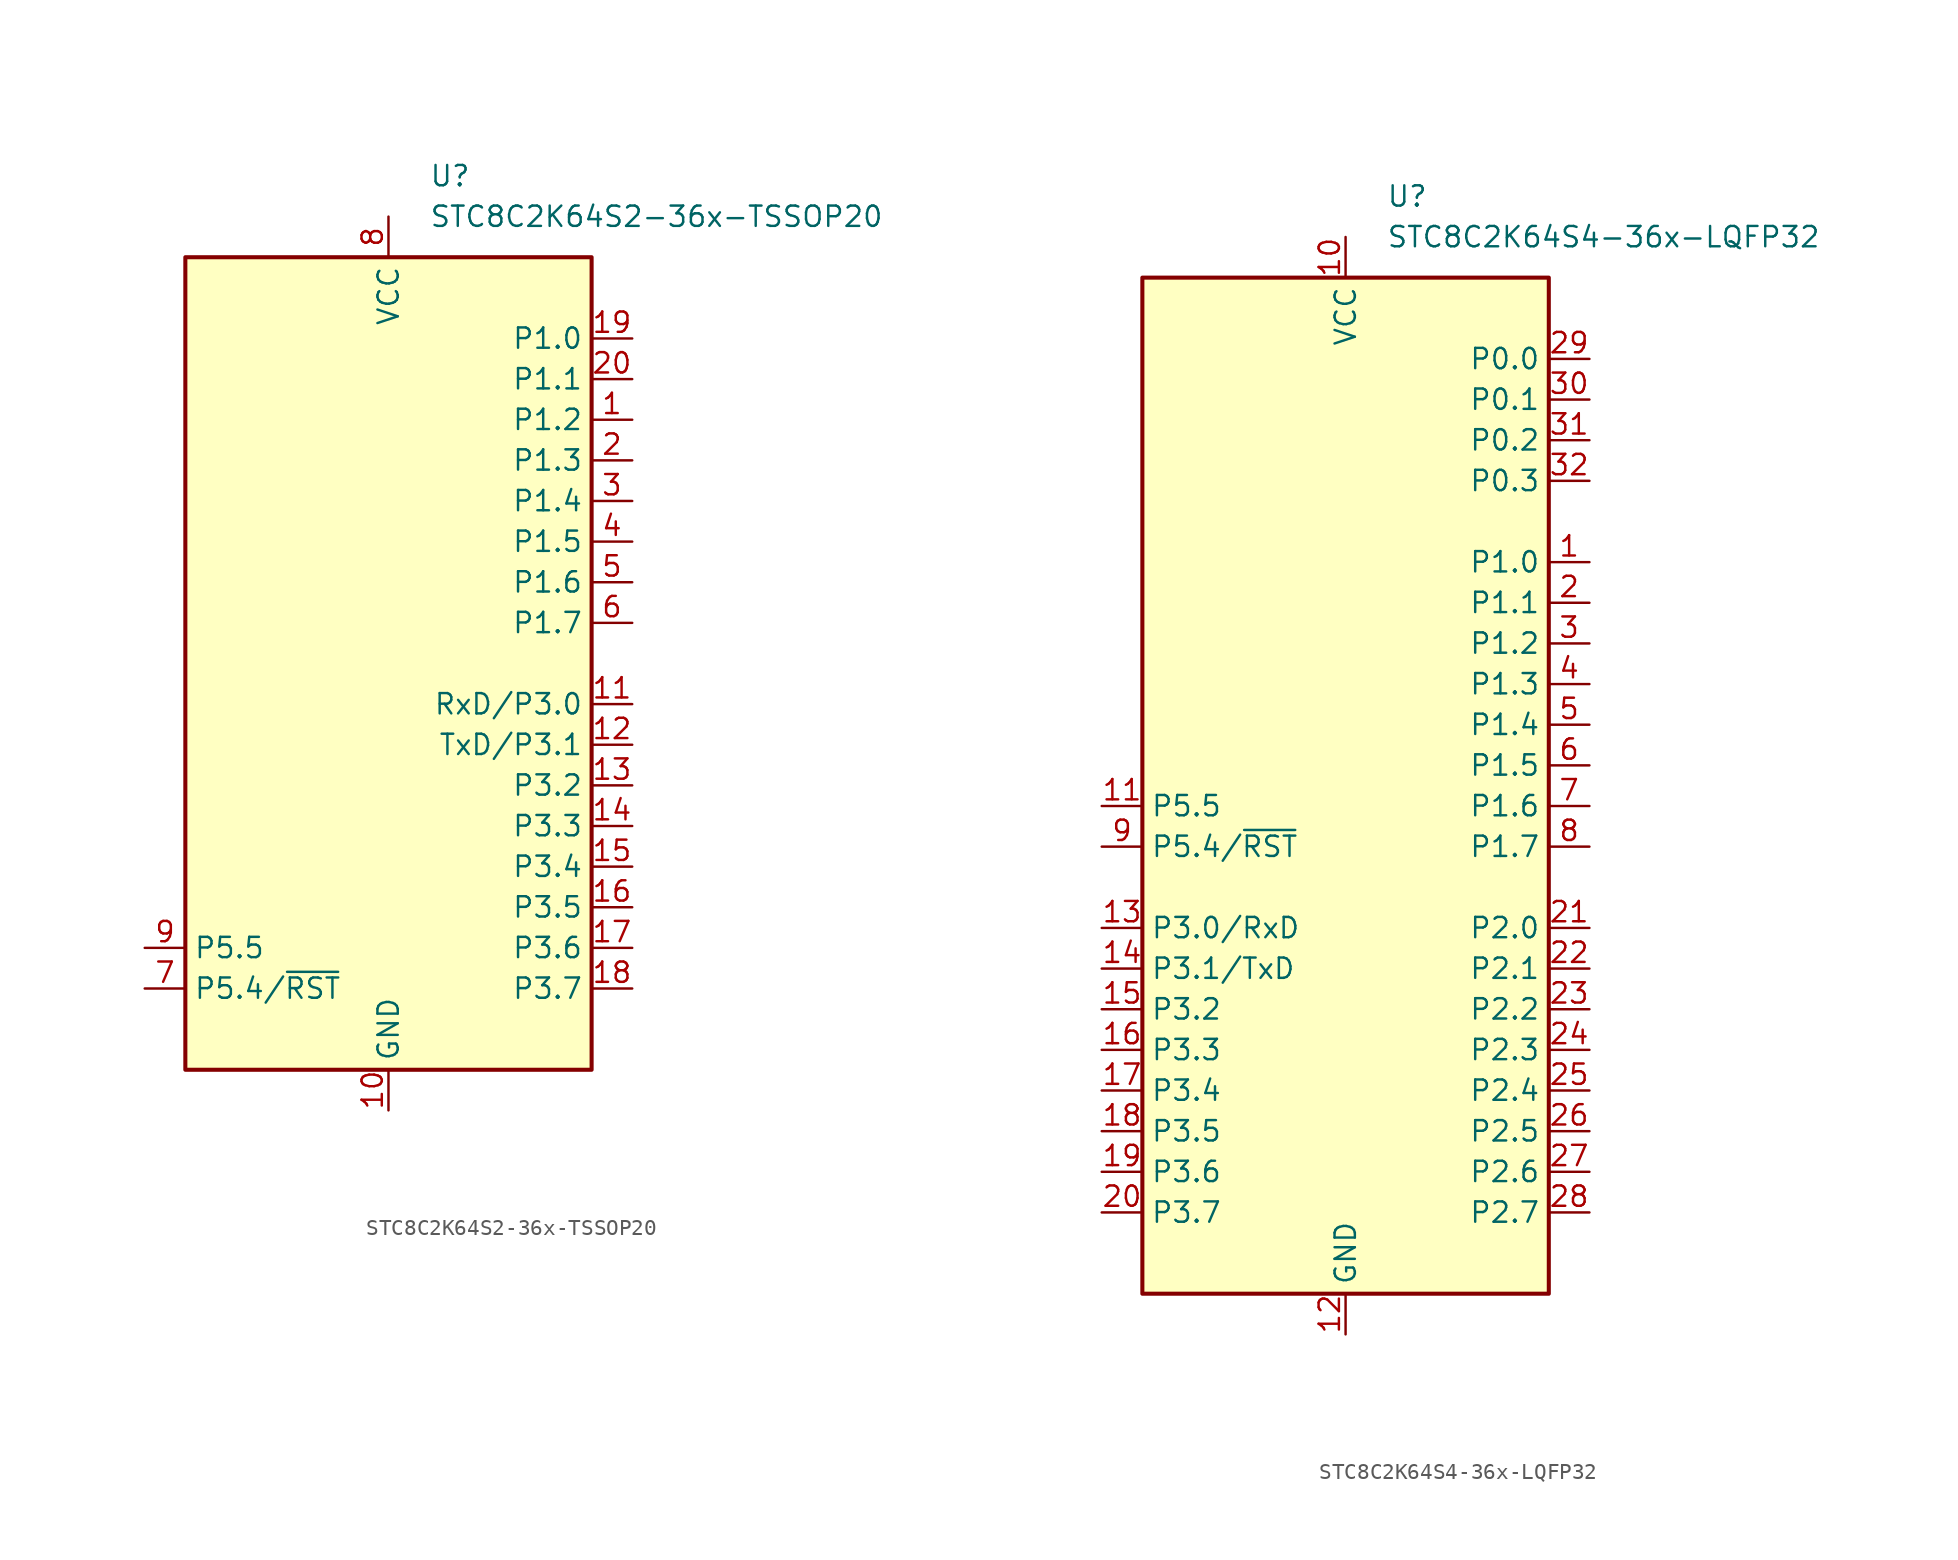
<source format=kicad_sym>
(kicad_symbol_lib
  (version 20211014)
  (generator kicad_symbol_editor)
  (symbol "STC8C2K64S2-36x-TSSOP20"
    (property "Reference" "U"
      (at 2.54 30.48 0)
      (effects (font (size 1.27 1.27)) (justify left)))
    (property "Value" "STC8C2K64S2-36x-TSSOP20"
      (at 2.54 27.94 0)
      (effects (font (size 1.27 1.27)) (justify left)))
    (symbol "STC8C2K64S2-36x-TSSOP20_0_1"
      (rectangle (start -12.7 25.4) (end 12.7 -25.4) (stroke (width 0.254) (type default) (color 0 0 0 0)) (fill (type background))))
    (symbol "STC8C2K64S2-36x-TSSOP20_1_1"
      (pin bidirectional line (at 15.24 15.24 180) (length 2.54) (name "P1.2" (effects (font (size 1.27 1.27)))) (number "1" (effects (font (size 1.27 1.27)))))
      (pin power_in line (at 0 -27.94 90) (length 2.54) (name "GND" (effects (font (size 1.27 1.27)))) (number "10" (effects (font (size 1.27 1.27)))))
      (pin bidirectional line (at 15.24 -2.54 180) (length 2.54) (name "RxD/P3.0" (effects (font (size 1.27 1.27)))) (number "11" (effects (font (size 1.27 1.27)))))
      (pin bidirectional line (at 15.24 -5.08 180) (length 2.54) (name "TxD/P3.1" (effects (font (size 1.27 1.27)))) (number "12" (effects (font (size 1.27 1.27)))))
      (pin bidirectional line (at 15.24 -7.62 180) (length 2.54) (name "P3.2" (effects (font (size 1.27 1.27)))) (number "13" (effects (font (size 1.27 1.27)))))
      (pin bidirectional line (at 15.24 -10.16 180) (length 2.54) (name "P3.3" (effects (font (size 1.27 1.27)))) (number "14" (effects (font (size 1.27 1.27)))))
      (pin bidirectional line (at 15.24 -12.7 180) (length 2.54) (name "P3.4" (effects (font (size 1.27 1.27)))) (number "15" (effects (font (size 1.27 1.27)))))
      (pin bidirectional line (at 15.24 -15.24 180) (length 2.54) (name "P3.5" (effects (font (size 1.27 1.27)))) (number "16" (effects (font (size 1.27 1.27)))))
      (pin bidirectional line (at 15.24 -17.78 180) (length 2.54) (name "P3.6" (effects (font (size 1.27 1.27)))) (number "17" (effects (font (size 1.27 1.27)))))
      (pin bidirectional line (at 15.24 -20.32 180) (length 2.54) (name "P3.7" (effects (font (size 1.27 1.27)))) (number "18" (effects (font (size 1.27 1.27)))))
      (pin bidirectional line (at 15.24 20.32 180) (length 2.54) (name "P1.0" (effects (font (size 1.27 1.27)))) (number "19" (effects (font (size 1.27 1.27)))))
      (pin bidirectional line (at 15.24 12.7 180) (length 2.54) (name "P1.3" (effects (font (size 1.27 1.27)))) (number "2" (effects (font (size 1.27 1.27)))))
      (pin bidirectional line (at 15.24 17.78 180) (length 2.54) (name "P1.1" (effects (font (size 1.27 1.27)))) (number "20" (effects (font (size 1.27 1.27)))))
      (pin bidirectional line (at 15.24 10.16 180) (length 2.54) (name "P1.4" (effects (font (size 1.27 1.27)))) (number "3" (effects (font (size 1.27 1.27)))))
      (pin bidirectional line (at 15.24 7.62 180) (length 2.54) (name "P1.5" (effects (font (size 1.27 1.27)))) (number "4" (effects (font (size 1.27 1.27)))))
      (pin bidirectional line (at 15.24 5.08 180) (length 2.54) (name "P1.6" (effects (font (size 1.27 1.27)))) (number "5" (effects (font (size 1.27 1.27)))))
      (pin bidirectional line (at 15.24 2.54 180) (length 2.54) (name "P1.7" (effects (font (size 1.27 1.27)))) (number "6" (effects (font (size 1.27 1.27)))))
      (pin bidirectional line (at -15.24 -20.32 0) (length 2.54) (name "P5.4/~{RST}" (effects (font (size 1.27 1.27)))) (number "7" (effects (font (size 1.27 1.27)))))
      (pin power_in line (at 0 27.94 270) (length 2.54) (name "VCC" (effects (font (size 1.27 1.27)))) (number "8" (effects (font (size 1.27 1.27)))))
      (pin bidirectional line (at -15.24 -17.78 0) (length 2.54) (name "P5.5" (effects (font (size 1.27 1.27)))) (number "9" (effects (font (size 1.27 1.27)))))))
  (symbol "STC8C2K64S4-36x-LQFP32"
    (property "Reference" "U"
      (at 2.54 36.83 0)
      (effects (font (size 1.27 1.27)) (justify left)))
    (property "Value" "STC8C2K64S4-36x-LQFP32"
      (at 2.54 34.29 0)
      (effects (font (size 1.27 1.27)) (justify left)))
    (symbol "STC8C2K64S4-36x-LQFP32_0_1"
      (rectangle (start -12.7 31.75) (end 12.7 -31.75) (stroke (width 0.254) (type default) (color 0 0 0 0)) (fill (type background))))
    (symbol "STC8C2K64S4-36x-LQFP32_1_1"
      (pin bidirectional line (at 15.24 13.97 180) (length 2.54) (name "P1.0" (effects (font (size 1.27 1.27)))) (number "1" (effects (font (size 1.27 1.27)))))
      (pin power_in line (at 0 34.29 270) (length 2.54) (name "VCC" (effects (font (size 1.27 1.27)))) (number "10" (effects (font (size 1.27 1.27)))))
      (pin bidirectional line (at -15.24 -1.27 0) (length 2.54) (name "P5.5" (effects (font (size 1.27 1.27)))) (number "11" (effects (font (size 1.27 1.27)))))
      (pin power_in line (at 0 -34.29 90) (length 2.54) (name "GND" (effects (font (size 1.27 1.27)))) (number "12" (effects (font (size 1.27 1.27)))))
      (pin bidirectional line (at -15.24 -8.89 0) (length 2.54) (name "P3.0/RxD" (effects (font (size 1.27 1.27)))) (number "13" (effects (font (size 1.27 1.27)))))
      (pin bidirectional line (at -15.24 -11.43 0) (length 2.54) (name "P3.1/TxD" (effects (font (size 1.27 1.27)))) (number "14" (effects (font (size 1.27 1.27)))))
      (pin bidirectional line (at -15.24 -13.97 0) (length 2.54) (name "P3.2" (effects (font (size 1.27 1.27)))) (number "15" (effects (font (size 1.27 1.27)))))
      (pin bidirectional line (at -15.24 -16.51 0) (length 2.54) (name "P3.3" (effects (font (size 1.27 1.27)))) (number "16" (effects (font (size 1.27 1.27)))))
      (pin bidirectional line (at -15.24 -19.05 0) (length 2.54) (name "P3.4" (effects (font (size 1.27 1.27)))) (number "17" (effects (font (size 1.27 1.27)))))
      (pin bidirectional line (at -15.24 -21.59 0) (length 2.54) (name "P3.5" (effects (font (size 1.27 1.27)))) (number "18" (effects (font (size 1.27 1.27)))))
      (pin bidirectional line (at -15.24 -24.13 0) (length 2.54) (name "P3.6" (effects (font (size 1.27 1.27)))) (number "19" (effects (font (size 1.27 1.27)))))
      (pin bidirectional line (at 15.24 11.43 180) (length 2.54) (name "P1.1" (effects (font (size 1.27 1.27)))) (number "2" (effects (font (size 1.27 1.27)))))
      (pin bidirectional line (at -15.24 -26.67 0) (length 2.54) (name "P3.7" (effects (font (size 1.27 1.27)))) (number "20" (effects (font (size 1.27 1.27)))))
      (pin bidirectional line (at 15.24 -8.89 180) (length 2.54) (name "P2.0" (effects (font (size 1.27 1.27)))) (number "21" (effects (font (size 1.27 1.27)))))
      (pin bidirectional line (at 15.24 -11.43 180) (length 2.54) (name "P2.1" (effects (font (size 1.27 1.27)))) (number "22" (effects (font (size 1.27 1.27)))))
      (pin bidirectional line (at 15.24 -13.97 180) (length 2.54) (name "P2.2" (effects (font (size 1.27 1.27)))) (number "23" (effects (font (size 1.27 1.27)))))
      (pin bidirectional line (at 15.24 -16.51 180) (length 2.54) (name "P2.3" (effects (font (size 1.27 1.27)))) (number "24" (effects (font (size 1.27 1.27)))))
      (pin bidirectional line (at 15.24 -19.05 180) (length 2.54) (name "P2.4" (effects (font (size 1.27 1.27)))) (number "25" (effects (font (size 1.27 1.27)))))
      (pin bidirectional line (at 15.24 -21.59 180) (length 2.54) (name "P2.5" (effects (font (size 1.27 1.27)))) (number "26" (effects (font (size 1.27 1.27)))))
      (pin bidirectional line (at 15.24 -24.13 180) (length 2.54) (name "P2.6" (effects (font (size 1.27 1.27)))) (number "27" (effects (font (size 1.27 1.27)))))
      (pin bidirectional line (at 15.24 -26.67 180) (length 2.54) (name "P2.7" (effects (font (size 1.27 1.27)))) (number "28" (effects (font (size 1.27 1.27)))))
      (pin bidirectional line (at 15.24 26.67 180) (length 2.54) (name "P0.0" (effects (font (size 1.27 1.27)))) (number "29" (effects (font (size 1.27 1.27)))))
      (pin bidirectional line (at 15.24 8.89 180) (length 2.54) (name "P1.2" (effects (font (size 1.27 1.27)))) (number "3" (effects (font (size 1.27 1.27)))))
      (pin bidirectional line (at 15.24 24.13 180) (length 2.54) (name "P0.1" (effects (font (size 1.27 1.27)))) (number "30" (effects (font (size 1.27 1.27)))))
      (pin bidirectional line (at 15.24 21.59 180) (length 2.54) (name "P0.2" (effects (font (size 1.27 1.27)))) (number "31" (effects (font (size 1.27 1.27)))))
      (pin bidirectional line (at 15.24 19.05 180) (length 2.54) (name "P0.3" (effects (font (size 1.27 1.27)))) (number "32" (effects (font (size 1.27 1.27)))))
      (pin bidirectional line (at 15.24 6.35 180) (length 2.54) (name "P1.3" (effects (font (size 1.27 1.27)))) (number "4" (effects (font (size 1.27 1.27)))))
      (pin bidirectional line (at 15.24 3.81 180) (length 2.54) (name "P1.4" (effects (font (size 1.27 1.27)))) (number "5" (effects (font (size 1.27 1.27)))))
      (pin bidirectional line (at 15.24 1.27 180) (length 2.54) (name "P1.5" (effects (font (size 1.27 1.27)))) (number "6" (effects (font (size 1.27 1.27)))))
      (pin bidirectional line (at 15.24 -1.27 180) (length 2.54) (name "P1.6" (effects (font (size 1.27 1.27)))) (number "7" (effects (font (size 1.27 1.27)))))
      (pin bidirectional line (at 15.24 -3.81 180) (length 2.54) (name "P1.7" (effects (font (size 1.27 1.27)))) (number "8" (effects (font (size 1.27 1.27)))))
      (pin bidirectional line (at -15.24 -3.81 0) (length 2.54) (name "P5.4/~{RST}" (effects (font (size 1.27 1.27)))) (number "9" (effects (font (size 1.27 1.27))))))))
</source>
